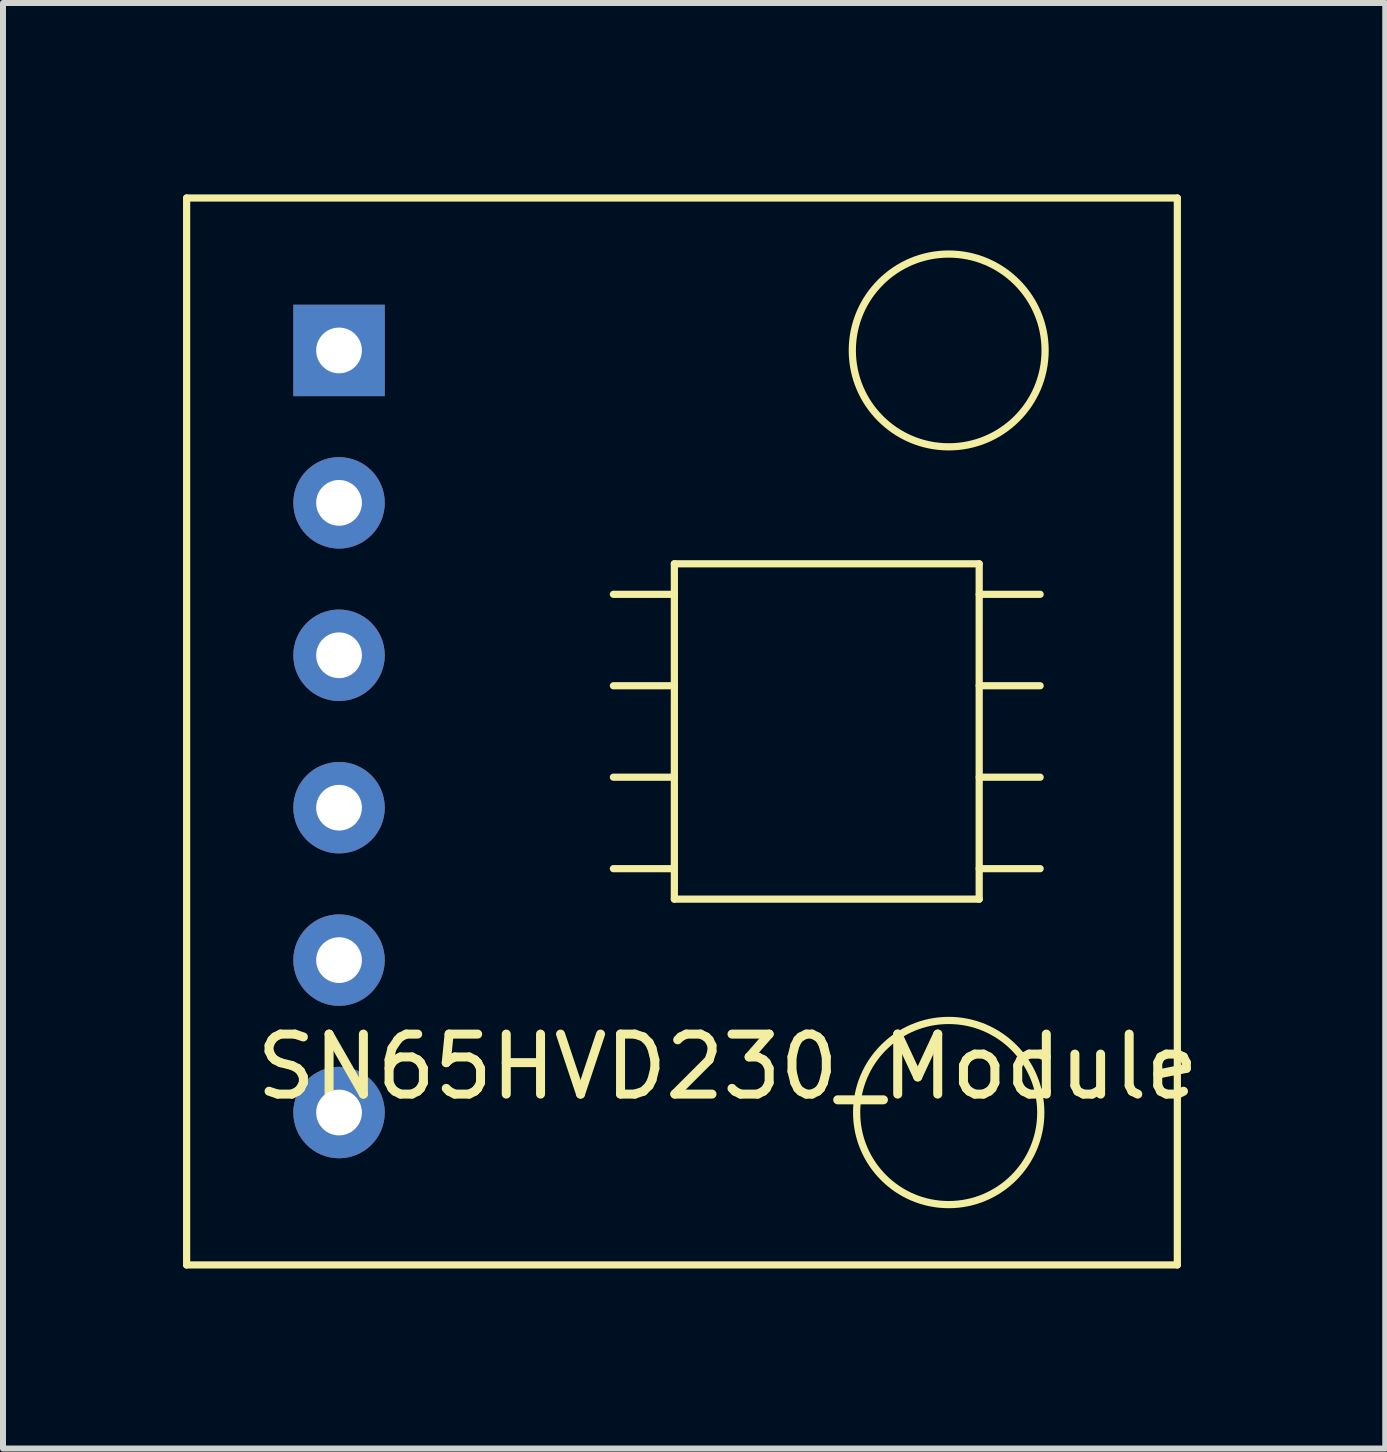
<source format=kicad_pcb>
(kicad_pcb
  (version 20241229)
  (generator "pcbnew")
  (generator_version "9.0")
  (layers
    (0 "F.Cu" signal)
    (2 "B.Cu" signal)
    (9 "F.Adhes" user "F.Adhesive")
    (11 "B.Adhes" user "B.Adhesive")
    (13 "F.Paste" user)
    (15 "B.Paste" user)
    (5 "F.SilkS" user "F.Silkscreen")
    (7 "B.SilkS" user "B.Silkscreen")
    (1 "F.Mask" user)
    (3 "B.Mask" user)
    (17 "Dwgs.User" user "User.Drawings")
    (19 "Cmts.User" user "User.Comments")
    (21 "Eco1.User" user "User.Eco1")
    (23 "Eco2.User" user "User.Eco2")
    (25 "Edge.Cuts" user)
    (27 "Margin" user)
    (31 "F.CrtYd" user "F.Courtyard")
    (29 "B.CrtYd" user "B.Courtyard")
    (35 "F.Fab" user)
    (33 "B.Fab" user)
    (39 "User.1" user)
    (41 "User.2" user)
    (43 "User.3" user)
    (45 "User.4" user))
  (footprint "SN65HVD230_Module"
    (layer "F.Cu")
    (at 2.6 0.25)
    (property "Reference" "SN65HVD230_Module" (at 6.477 14.478 0) (layer "F.SilkS") (effects (font (size 1 1) (thickness 0.15))))
    (attr through_hole)
    (fp_line (start -2.54 0) (end 13.97 0) (stroke (width 0.12) (type solid)) (layer "F.SilkS"))
    (fp_line (start -2.54 17.78) (end -2.54 0) (stroke (width 0.12) (type solid)) (layer "F.SilkS"))
    (fp_line (start 5.588 6.096) (end 10.668 6.096) (stroke (width 0.12) (type solid)) (layer "F.SilkS"))
    (fp_line (start 5.588 6.604) (end 4.572 6.604) (stroke (width 0.12) (type solid)) (layer "F.SilkS"))
    (fp_line (start 5.588 8.128) (end 4.572 8.128) (stroke (width 0.12) (type solid)) (layer "F.SilkS"))
    (fp_line (start 5.588 9.652) (end 4.572 9.652) (stroke (width 0.12) (type solid)) (layer "F.SilkS"))
    (fp_line (start 5.588 11.176) (end 4.572 11.176) (stroke (width 0.12) (type solid)) (layer "F.SilkS"))
    (fp_line (start 5.588 11.684) (end 5.588 6.096) (stroke (width 0.12) (type solid)) (layer "F.SilkS"))
    (fp_line (start 10.668 6.096) (end 10.668 11.684) (stroke (width 0.12) (type solid)) (layer "F.SilkS"))
    (fp_line (start 10.668 6.604) (end 11.684 6.604) (stroke (width 0.12) (type solid)) (layer "F.SilkS"))
    (fp_line (start 10.668 8.128) (end 11.684 8.128) (stroke (width 0.12) (type solid)) (layer "F.SilkS"))
    (fp_line (start 10.668 9.652) (end 11.684 9.652) (stroke (width 0.12) (type solid)) (layer "F.SilkS"))
    (fp_line (start 10.668 11.176) (end 11.684 11.176) (stroke (width 0.12) (type solid)) (layer "F.SilkS"))
    (fp_line (start 10.668 11.684) (end 5.588 11.684) (stroke (width 0.12) (type solid)) (layer "F.SilkS"))
    (fp_line (start 13.97 0) (end 13.97 17.78) (stroke (width 0.12) (type solid)) (layer "F.SilkS"))
    (fp_line (start 13.97 17.78) (end -2.54 17.78) (stroke (width 0.12) (type solid)) (layer "F.SilkS"))
    (fp_circle (center 10.16 2.54) (end 11.684 3.048) (stroke (width 0.12) (type solid)) (fill no) (layer "F.SilkS"))
    (fp_circle (center 10.16 15.24) (end 11.557 15.875) (stroke (width 0.12) (type solid)) (fill no) (layer "F.SilkS"))
    (pad "1" thru_hole rect (at 0 2.54) (size 1.524 1.524) (drill 0.762) (layers "*.Cu" "*.Mask"))
    (pad "2" thru_hole circle (at 0 5.08) (size 1.524 1.524) (drill 0.762) (layers "*.Cu" "*.Mask"))
    (pad "3" thru_hole circle (at 0 7.62) (size 1.524 1.524) (drill 0.762) (layers "*.Cu" "*.Mask"))
    (pad "4" thru_hole circle (at 0 10.16) (size 1.524 1.524) (drill 0.762) (layers "*.Cu" "*.Mask"))
    (pad "5" thru_hole circle (at 0 12.7) (size 1.524 1.524) (drill 0.762) (layers "*.Cu" "*.Mask"))
    (pad "6" thru_hole circle (at 0 15.24) (size 1.524 1.524) (drill 0.762) (layers "*.Cu" "*.Mask")))
  (gr_rect
    (start -3 -3)
    (end 20.035 21.09)
    (stroke (width 0.1) (type default))
    (fill no)
    (layer "Edge.Cuts")))
</source>
